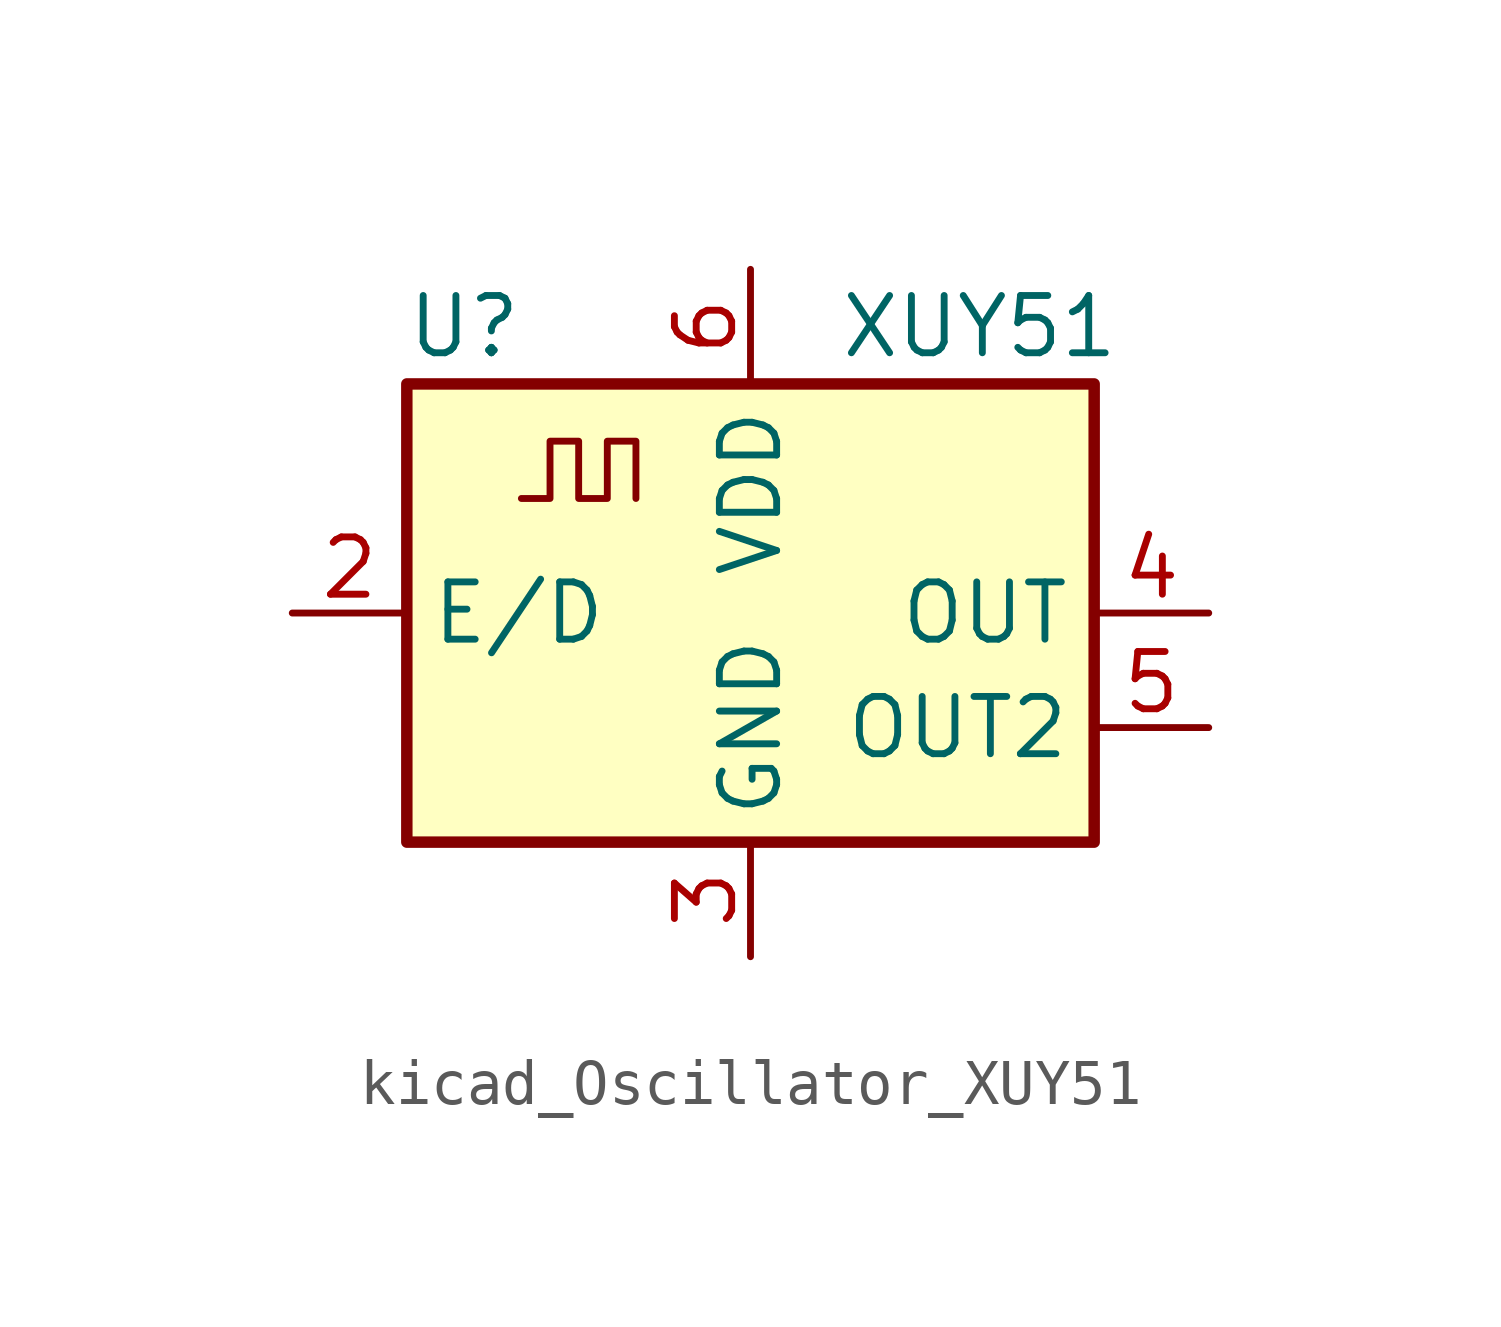
<source format=kicad_sym>
(kicad_symbol_lib
  (version 20220914)
  (generator kicad_symbol_editor)
  (symbol "kicad_Oscillator_XUY51"
    (property "Reference" "U"
      (at -6.35 6.35 0)
      (effects (font (size 1.27 1.27))))
    (property "Value" "XUY51"
      (at 5.08 6.35 0)
      (effects (font (size 1.27 1.27))))
    (symbol "kicad_Oscillator_XUY51_0_1"
      (rectangle (start -7.62 5.08) (end 7.62 -5.08) (stroke (width 0.254) (type default)) (fill (type background))))
    (symbol "kicad_Oscillator_XUY51_1_1"
      (polyline (pts (xy -5.08 2.54) (xy -4.445 2.54) (xy -4.445 3.81) (xy -3.81 3.81) (xy -3.81 2.54) (xy -3.175 2.54) (xy -3.175 3.81) (xy -2.54 3.81) (xy -2.54 2.54)) (stroke (width 0) (type default)) (fill (type none)))
      (pin no_connect line (at -7.62 -2.54 0) (length 2.54) hide (name "NC" (effects (font (size 1.27 1.27)))) (number "1" (effects (font (size 1.27 1.27)))))
      (pin input line (at -10.16 0 0) (length 2.54) (name "E/D" (effects (font (size 1.27 1.27)))) (number "2" (effects (font (size 1.27 1.27)))))
      (pin power_in line (at 0 -7.62 90) (length 2.54) (name "GND" (effects (font (size 1.27 1.27)))) (number "3" (effects (font (size 1.27 1.27)))))
      (pin output line (at 10.16 0 180) (length 2.54) (name "OUT" (effects (font (size 1.27 1.27)))) (number "4" (effects (font (size 1.27 1.27)))))
      (pin output line (at 10.16 -2.54 180) (length 2.54) (name "OUT2" (effects (font (size 1.27 1.27)))) (number "5" (effects (font (size 1.27 1.27)))))
      (pin power_in line (at 0 7.62 270) (length 2.54) (name "VDD" (effects (font (size 1.27 1.27)))) (number "6" (effects (font (size 1.27 1.27))))))))
</source>
